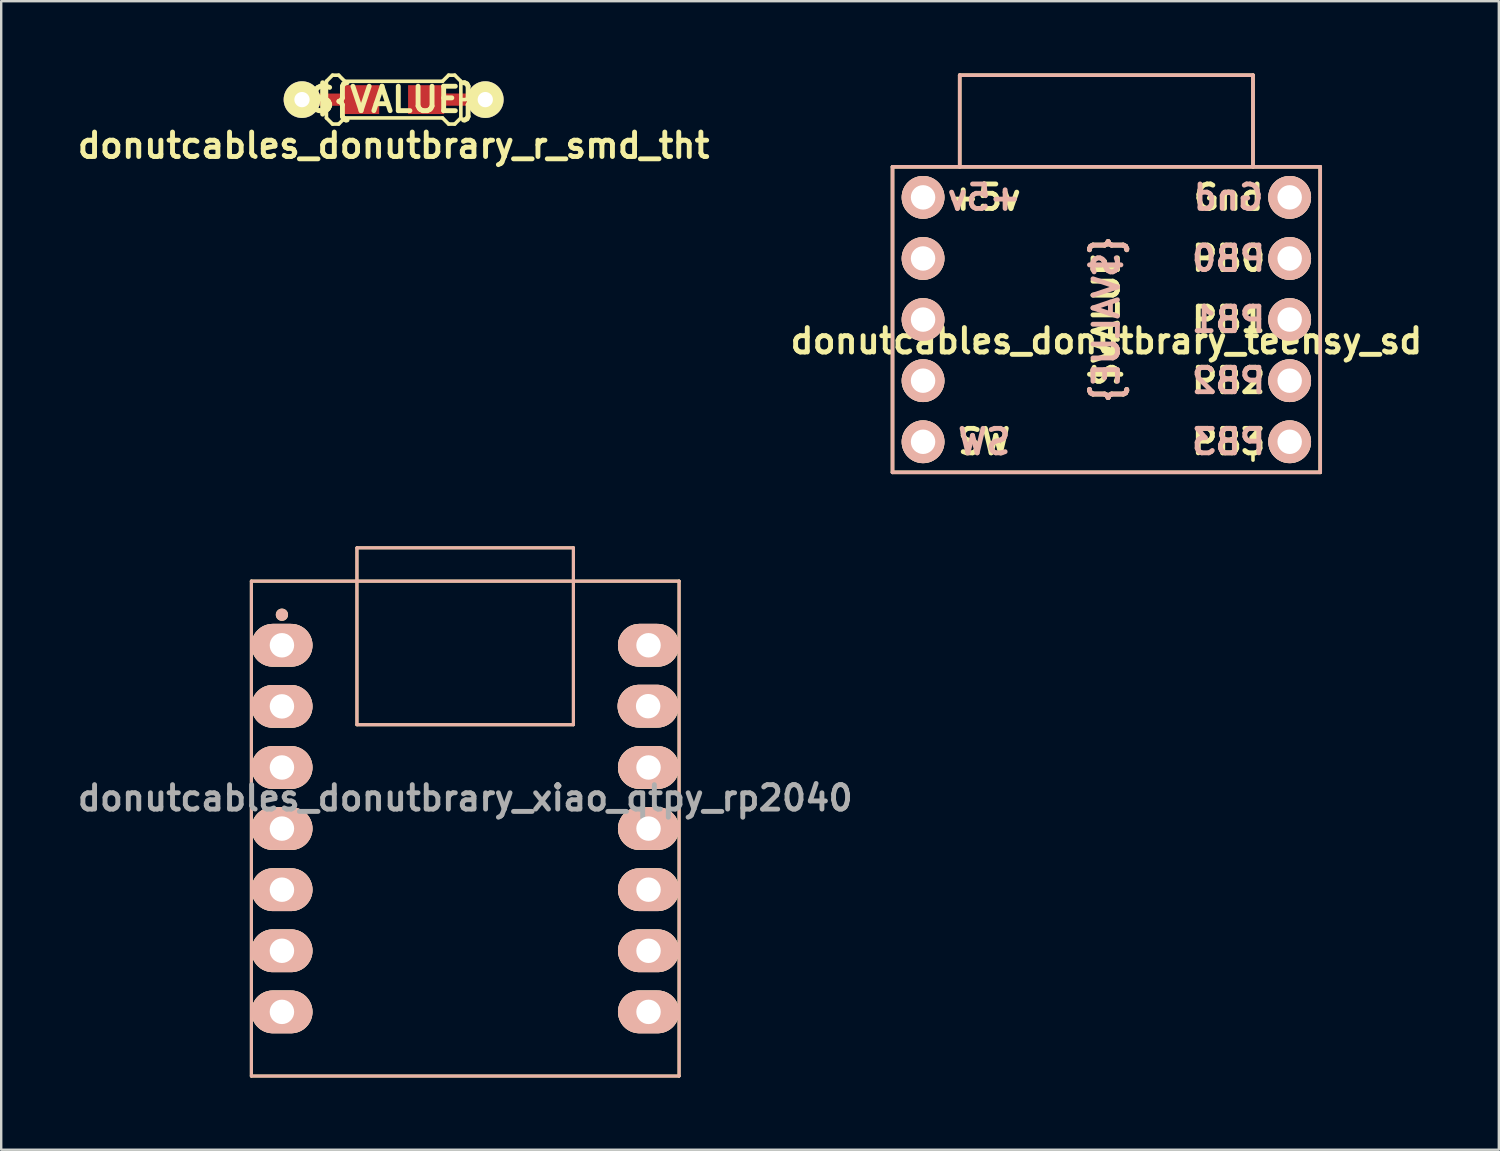
<source format=kicad_pcb>
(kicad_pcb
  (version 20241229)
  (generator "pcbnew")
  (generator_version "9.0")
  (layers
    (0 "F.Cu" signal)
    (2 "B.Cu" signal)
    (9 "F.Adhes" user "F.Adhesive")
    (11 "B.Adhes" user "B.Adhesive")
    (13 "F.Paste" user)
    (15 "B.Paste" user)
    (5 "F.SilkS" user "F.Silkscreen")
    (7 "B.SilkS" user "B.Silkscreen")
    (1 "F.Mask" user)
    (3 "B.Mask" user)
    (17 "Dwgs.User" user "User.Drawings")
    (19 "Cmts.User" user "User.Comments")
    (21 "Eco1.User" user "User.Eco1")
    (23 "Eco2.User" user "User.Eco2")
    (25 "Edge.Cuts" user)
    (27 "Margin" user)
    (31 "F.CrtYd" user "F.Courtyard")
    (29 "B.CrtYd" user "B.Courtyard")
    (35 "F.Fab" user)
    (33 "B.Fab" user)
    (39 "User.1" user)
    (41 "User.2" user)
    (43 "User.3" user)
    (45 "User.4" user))
  (footprint "donutcables_donutbrary_r_smd_tht"
    (layer "F.Cu")
    (at 13.314 1.091)
    (property "Reference" "donutcables_donutbrary_r_smd_tht" (at 0 1.905 0) (layer "F.SilkS") (effects (font (size 1.016 1.016) (thickness 0.203))))
    (property "Value" "${VALUE}" (at 0 -1.925 0) (layer "F.Fab") (hide yes) (effects (font (size 1.016 1.016) (thickness 0.203))))
    (attr smd)
    (fp_line (start -2.794 -0.762) (end -2.794 0.762) (stroke (width 0.15) (type solid)) (layer "F.SilkS"))
    (fp_line (start -2.794 0) (end -3.01 0) (stroke (width 0.15) (type solid)) (layer "F.SilkS"))
    (fp_line (start -2.794 0.762) (end -2.54 1.016) (stroke (width 0.15) (type solid)) (layer "F.SilkS"))
    (fp_line (start -2.54 -1.016) (end -2.794 -0.762) (stroke (width 0.15) (type solid)) (layer "F.SilkS"))
    (fp_line (start -2.54 1.016) (end -2.286 1.016) (stroke (width 0.15) (type solid)) (layer "F.SilkS"))
    (fp_line (start -2.286 -1.016) (end -2.54 -1.016) (stroke (width 0.15) (type solid)) (layer "F.SilkS"))
    (fp_line (start -2.286 1.016) (end -2.032 0.762) (stroke (width 0.15) (type solid)) (layer "F.SilkS"))
    (fp_line (start -2.032 -0.762) (end -2.286 -1.016) (stroke (width 0.15) (type solid)) (layer "F.SilkS"))
    (fp_line (start -2.032 0.762) (end 2.032 0.762) (stroke (width 0.15) (type solid)) (layer "F.SilkS"))
    (fp_line (start 2.032 -0.762) (end -2.032 -0.762) (stroke (width 0.15) (type solid)) (layer "F.SilkS"))
    (fp_line (start 2.032 0.762) (end 2.286 1.016) (stroke (width 0.15) (type solid)) (layer "F.SilkS"))
    (fp_line (start 2.286 -1.016) (end 2.032 -0.762) (stroke (width 0.15) (type solid)) (layer "F.SilkS"))
    (fp_line (start 2.286 1.016) (end 2.54 1.016) (stroke (width 0.15) (type solid)) (layer "F.SilkS"))
    (fp_line (start 2.54 -1.016) (end 2.286 -1.016) (stroke (width 0.15) (type solid)) (layer "F.SilkS"))
    (fp_line (start 2.54 1.016) (end 2.794 0.762) (stroke (width 0.15) (type solid)) (layer "F.SilkS"))
    (fp_line (start 2.794 -0.762) (end 2.54 -1.016) (stroke (width 0.15) (type solid)) (layer "F.SilkS"))
    (fp_line (start 2.794 0.762) (end 2.794 -0.762) (stroke (width 0.15) (type solid)) (layer "F.SilkS"))
    (fp_line (start 3.01 0) (end 2.794 0) (stroke (width 0.15) (type solid)) (layer "F.SilkS"))
    (fp_text user "${VALUE}" (at 0 0 0) (layer "F.SilkS") (effects (font (size 1.016 1.016) (thickness 0.203))))
    (pad "1" thru_hole circle (at -3.81 0) (size 1.524 1.524) (drill 0.635) (layers "*.Cu" "*.Mask" "F.SilkS"))
    (pad "1" smd rect (at -2.54 0.002) (size 2.54 0.508) (layers "F.Cu"))
    (pad "1" smd rect (at -1.35 0) (size 1.5 1.2) (layers "F.Cu" "F.Mask" "F.Paste"))
    (pad "2" smd rect (at 1.35 0) (size 1.5 1.2) (layers "F.Cu" "F.Mask" "F.Paste"))
    (pad "2" smd rect (at 2.603 0) (size 2.54 0.508) (layers "F.Cu"))
    (pad "2" thru_hole circle (at 3.81 0) (size 1.524 1.524) (drill 0.635) (layers "*.Cu" "*.Mask" "F.SilkS")))
  (footprint "donutcables_donutbrary_xiao_qtpy_rp2040"
    (layer "F.Cu")
    (at 16.29 31.395)
    (property "Reference" "donutcables_donutbrary_xiao_qtpy_rp2040" (at 0 -1.27 0) (layer "F.Fab") (effects (font (size 1.016 1.016) (thickness 0.203))))
    (property "Value" "${VALUE}" (at 0 1.27 0) (layer "F.Fab") (hide yes) (effects (font (size 1.016 1.016) (thickness 0.203))))
    (attr through_hole)
    (fp_line (start -8.89 10.287) (end -8.89 -10.287) (stroke (width 0.127) (type solid)) (layer "F.SilkS"))
    (fp_line (start -4.502 -4.318) (end -4.502 -11.671) (stroke (width 0.127) (type solid)) (layer "F.SilkS"))
    (fp_line (start -4.497 -11.671) (end 4.497 -11.671) (stroke (width 0.127) (type solid)) (layer "F.SilkS"))
    (fp_line (start 4.497 -11.671) (end 4.497 -4.318) (stroke (width 0.127) (type solid)) (layer "F.SilkS"))
    (fp_line (start 4.497 -4.318) (end -4.502 -4.318) (stroke (width 0.127) (type solid)) (layer "F.SilkS"))
    (fp_line (start 8.89 -10.287) (end -8.89 -10.287) (stroke (width 0.127) (type solid)) (layer "F.SilkS"))
    (fp_line (start 8.89 10.287) (end -8.89 10.287) (stroke (width 0.127) (type solid)) (layer "F.SilkS"))
    (fp_line (start 8.89 10.287) (end 8.89 -10.287) (stroke (width 0.127) (type solid)) (layer "F.SilkS"))
    (fp_circle (center -7.62 -8.89) (end -7.62 -9.144) (stroke (width 0) (type solid)) (fill yes) (layer "F.SilkS"))
    (fp_line (start -8.89 -10.287) (end -8.89 10.287) (stroke (width 0.127) (type solid)) (layer "B.SilkS"))
    (fp_line (start -8.89 10.287) (end 8.89 10.287) (stroke (width 0.127) (type solid)) (layer "B.SilkS"))
    (fp_line (start -4.502 -4.318) (end -4.502 -11.671) (stroke (width 0.127) (type solid)) (layer "B.SilkS"))
    (fp_line (start -4.497 -11.671) (end 4.497 -11.671) (stroke (width 0.127) (type solid)) (layer "B.SilkS"))
    (fp_line (start 4.497 -11.671) (end 4.497 -4.318) (stroke (width 0.127) (type solid)) (layer "B.SilkS"))
    (fp_line (start 4.497 -4.318) (end -4.502 -4.318) (stroke (width 0.127) (type solid)) (layer "B.SilkS"))
    (fp_line (start 8.89 -10.287) (end -8.89 -10.287) (stroke (width 0.127) (type solid)) (layer "B.SilkS"))
    (fp_line (start 8.89 10.287) (end 8.89 -10.287) (stroke (width 0.127) (type solid)) (layer "B.SilkS"))
    (fp_circle (center -7.62 -8.89) (end -7.366 -8.89) (stroke (width 0) (type solid)) (fill yes) (layer "B.SilkS"))
    (pad "1" thru_hole oval (at -7.62 -7.62) (size 2.54 1.778) (drill 1.016) (layers "*.Cu" "*.SilkS" "*.Mask"))
    (pad "2" thru_hole oval (at -7.62 -5.08) (size 2.54 1.778) (drill 1.016) (layers "*.Cu" "*.SilkS" "*.Mask"))
    (pad "3" thru_hole oval (at -7.62 -2.54) (size 2.54 1.778) (drill 1.016) (layers "*.Cu" "*.SilkS" "*.Mask"))
    (pad "4" thru_hole oval (at -7.62 0) (size 2.54 1.778) (drill 1.016) (layers "*.Cu" "*.SilkS" "*.Mask"))
    (pad "5" thru_hole oval (at -7.62 2.54) (size 2.54 1.778) (drill 1.016) (layers "*.Cu" "*.SilkS" "*.Mask"))
    (pad "6" thru_hole oval (at -7.62 5.08) (size 2.54 1.778) (drill 1.016) (layers "*.Cu" "*.SilkS" "*.Mask"))
    (pad "7" thru_hole oval (at -7.62 7.62) (size 2.54 1.778) (drill 1.016) (layers "*.Cu" "*.SilkS" "*.Mask"))
    (pad "8" thru_hole oval (at 7.62 7.62) (size 2.54 1.778) (drill 1.016) (layers "*.Cu" "*.SilkS" "*.Mask"))
    (pad "9" thru_hole oval (at 7.62 5.08) (size 2.54 1.778) (drill 1.016) (layers "*.Cu" "*.SilkS" "*.Mask"))
    (pad "10" thru_hole oval (at 7.62 2.54) (size 2.54 1.778) (drill 1.016) (layers "*.Cu" "*.SilkS" "*.Mask"))
    (pad "11" thru_hole oval (at 7.62 0) (size 2.54 1.778) (drill 1.016) (layers "*.Cu" "*.SilkS" "*.Mask"))
    (pad "12" thru_hole oval (at 7.62 -2.54) (size 2.54 1.778) (drill 1.016) (layers "*.Cu" "*.SilkS" "*.Mask"))
    (pad "13" thru_hole oval (at 7.604 -5.088) (size 2.54 1.778) (drill 1.016) (layers "*.Cu" "*.SilkS" "*.Mask"))
    (pad "14" thru_hole oval (at 7.62 -7.62) (size 2.54 1.778) (drill 1.016) (layers "*.Cu" "*.SilkS" "*.Mask")))
  (footprint "donutcables_donutbrary_teensy_sd"
    (layer "F.Cu")
    (at 42.943 10.235)
    (property "Reference" "donutcables_donutbrary_teensy_sd" (at 0 0.889 0) (layer "F.SilkS") (effects (font (size 1.016 1.016) (thickness 0.203))))
    (attr through_hole)
    (fp_line (start -8.89 -6.35) (end 8.89 -6.35) (stroke (width 0.15) (type solid)) (layer "F.SilkS"))
    (fp_line (start -8.89 6.35) (end -8.89 -6.35) (stroke (width 0.15) (type solid)) (layer "F.SilkS"))
    (fp_line (start -6.096 -10.16) (end 6.096 -10.16) (stroke (width 0.15) (type solid)) (layer "F.SilkS"))
    (fp_line (start -6.096 -6.35) (end -6.096 -10.16) (stroke (width 0.15) (type solid)) (layer "F.SilkS"))
    (fp_line (start 6.096 -10.16) (end 6.096 -6.35) (stroke (width 0.15) (type solid)) (layer "F.SilkS"))
    (fp_line (start 6.096 5.588) (end 6.096 5.842) (stroke (width 0.15) (type solid)) (layer "F.SilkS"))
    (fp_line (start 8.89 -6.35) (end 8.89 6.35) (stroke (width 0.15) (type solid)) (layer "F.SilkS"))
    (fp_line (start 8.89 6.35) (end -8.89 6.35) (stroke (width 0.15) (type solid)) (layer "F.SilkS"))
    (fp_line (start -8.89 -6.35) (end 8.89 -6.35) (stroke (width 0.15) (type solid)) (layer "B.SilkS"))
    (fp_line (start -8.89 6.35) (end -8.89 -6.35) (stroke (width 0.15) (type solid)) (layer "B.SilkS"))
    (fp_line (start -6.096 -10.16) (end 6.096 -10.16) (stroke (width 0.15) (type solid)) (layer "B.SilkS"))
    (fp_line (start -6.096 -6.35) (end -6.096 -10.16) (stroke (width 0.15) (type solid)) (layer "B.SilkS"))
    (fp_line (start 6.096 -10.16) (end 6.096 -6.35) (stroke (width 0.15) (type solid)) (layer "B.SilkS"))
    (fp_line (start 8.89 -6.35) (end 8.89 6.35) (stroke (width 0.15) (type solid)) (layer "B.SilkS"))
    (fp_line (start 8.89 6.35) (end -8.89 6.35) (stroke (width 0.15) (type solid)) (layer "B.SilkS"))
    (fp_text user "SW" (at -5.08 5.08 0) (layer "F.SilkS") (effects (font (size 1.016 1.016) (thickness 0.203))))
    (fp_text user "{$VALUE}" (at 0 0 90) (layer "F.SilkS") (effects (font (size 1.016 1.016) (thickness 0.203))))
    (fp_text user "PB0" (at 5.08 -2.54 0) (layer "F.SilkS") (effects (font (size 1.016 1.016) (thickness 0.203))))
    (fp_text user "PB1" (at 5.08 0 0) (layer "F.SilkS") (effects (font (size 1.016 1.016) (thickness 0.203))))
    (fp_text user "PB3" (at 5.08 5.08 0) (layer "F.SilkS") (effects (font (size 1.016 1.016) (thickness 0.203))))
    (fp_text user "PB2" (at 5.08 2.54 0) (layer "F.SilkS") (effects (font (size 1.016 1.016) (thickness 0.203))))
    (fp_text user "Gnd" (at 5.08 -5.08 0) (layer "F.SilkS") (effects (font (size 1.016 1.016) (thickness 0.203))))
    (fp_text user "+5v" (at -5.08 -5.08 0) (layer "F.SilkS") (effects (font (size 1.016 1.016) (thickness 0.203))))
    (fp_text user "PB0" (at 5.08 -2.54 0) (layer "B.SilkS") (effects (font (size 1.016 1.016) (thickness 0.203)) (justify mirror)))
    (fp_text user "PB3" (at 5.08 5.08 0) (layer "B.SilkS") (effects (font (size 1.016 1.016) (thickness 0.203)) (justify mirror)))
    (fp_text user "{$VALUE}" (at 0 0 90) (layer "B.SilkS") (effects (font (size 1.016 1.016) (thickness 0.203)) (justify mirror)))
    (fp_text user "Gnd" (at 5.08 -5.08 0) (layer "B.SilkS") (effects (font (size 1.016 1.016) (thickness 0.203)) (justify mirror)))
    (fp_text user "SW" (at -5.08 5.08 0) (layer "B.SilkS") (effects (font (size 1.016 1.016) (thickness 0.203)) (justify mirror)))
    (fp_text user "PB1" (at 5.08 0 0) (layer "B.SilkS") (effects (font (size 1.016 1.016) (thickness 0.203)) (justify mirror)))
    (fp_text user "+5v" (at -5.08 -5.08 0) (layer "B.SilkS") (effects (font (size 1.016 1.016) (thickness 0.203)) (justify mirror)))
    (fp_text user "PB2" (at 5.08 2.54 0) (layer "B.SilkS") (effects (font (size 1.016 1.016) (thickness 0.203)) (justify mirror)))
    (pad "1" thru_hole circle (at -7.62 -5.08) (size 1.778 1.778) (drill 1.016) (layers "*.Cu" "*.SilkS" "*.Mask"))
    (pad "2" thru_hole circle (at -7.62 -2.54) (size 1.778 1.778) (drill 1.016) (layers "*.Cu" "*.SilkS" "*.Mask"))
    (pad "3" thru_hole circle (at -7.62 0) (size 1.778 1.778) (drill 1.016) (layers "*.Cu" "*.SilkS" "*.Mask"))
    (pad "4" thru_hole circle (at -7.62 2.54) (size 1.778 1.778) (drill 1.016) (layers "*.Cu" "*.SilkS" "*.Mask"))
    (pad "5" thru_hole circle (at -7.62 5.08) (size 1.778 1.778) (drill 1.016) (layers "*.Cu" "*.SilkS" "*.Mask"))
    (pad "6" thru_hole circle (at 7.62 -5.08) (size 1.778 1.778) (drill 1.016) (layers "*.Cu" "*.SilkS" "*.Mask"))
    (pad "7" thru_hole circle (at 7.62 -2.54) (size 1.778 1.778) (drill 1.016) (layers "*.Cu" "*.SilkS" "*.Mask"))
    (pad "8" thru_hole circle (at 7.62 0) (size 1.778 1.778) (drill 1.016) (layers "*.Cu" "*.SilkS" "*.Mask"))
    (pad "9" thru_hole circle (at 7.62 2.54) (size 1.778 1.778) (drill 1.016) (layers "*.Cu" "*.SilkS" "*.Mask"))
    (pad "10" thru_hole circle (at 7.62 5.08) (size 1.778 1.778) (drill 1.016) (layers "*.Cu" "*.SilkS" "*.Mask")))
  (gr_rect
    (start -3 -3)
    (end 59.258 44.745)
    (stroke (width 0.1) (type default))
    (fill no)
    (layer "Edge.Cuts")))
</source>
